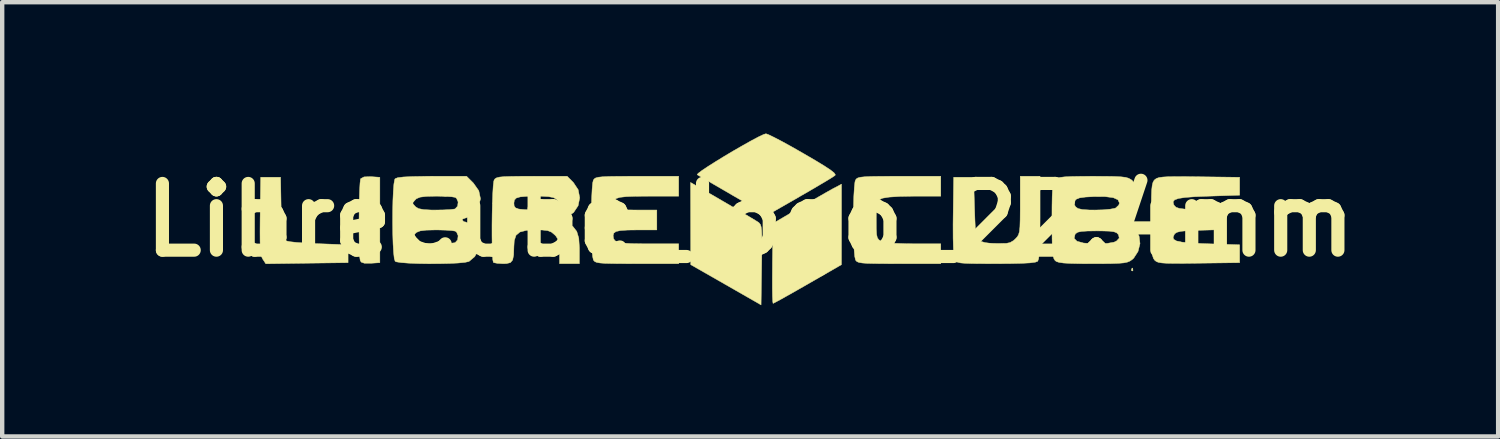
<source format=kicad_pcb>
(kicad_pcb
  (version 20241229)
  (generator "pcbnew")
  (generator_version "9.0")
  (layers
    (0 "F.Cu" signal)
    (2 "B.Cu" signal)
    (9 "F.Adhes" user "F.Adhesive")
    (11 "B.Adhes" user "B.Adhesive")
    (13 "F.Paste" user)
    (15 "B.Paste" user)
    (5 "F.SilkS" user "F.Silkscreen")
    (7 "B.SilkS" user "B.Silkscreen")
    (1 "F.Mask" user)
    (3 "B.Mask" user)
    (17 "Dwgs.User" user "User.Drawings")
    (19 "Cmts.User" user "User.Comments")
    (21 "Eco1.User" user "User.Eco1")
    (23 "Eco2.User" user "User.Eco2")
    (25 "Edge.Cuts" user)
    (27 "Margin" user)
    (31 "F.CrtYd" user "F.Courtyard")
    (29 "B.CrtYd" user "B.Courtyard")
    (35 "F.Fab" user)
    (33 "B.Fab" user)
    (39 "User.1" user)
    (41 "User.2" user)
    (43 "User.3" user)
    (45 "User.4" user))
  (footprint "LibreCube_logo_22.4mm"
    (layer "F.Cu")
    (at 14.086 1.975)
    (property "Reference" "LibreCube_logo_22.4mm" (at 0 0 0) (layer "F.SilkS") (effects (font (size 1.524 1.524) (thickness 0.3))))
    (attr through_hole)
    (fp_poly (pts (xy 8.739 1.104) (xy 8.744 1.158) (xy 8.739 1.164) (xy 8.712 1.158) (xy 8.709 1.134) (xy 8.725 1.097) (xy 8.739 1.104)) (stroke (width 0.01) (type solid)) (fill yes) (layer "F.SilkS"))
    (fp_poly (pts (xy -0.642 -0.44) (xy -0.406 -0.302) (xy -0.191 -0.175) (xy -0.012 -0.069) (xy 0.116 0.008) (xy 0.176 0.045) (xy 0.209 0.071) (xy 0.234 0.105) (xy 0.251 0.158) (xy 0.262 0.245) (xy 0.267 0.376) (xy 0.268 0.565) (xy 0.265 0.825) (xy 0.262 1.026) (xy 0.249 1.94) (xy -0.554 1.48) (xy -1.357 1.021) (xy -1.359 0.082) (xy -1.361 -0.857) (xy -0.642 -0.44)) (stroke (width 0.01) (type solid)) (fill yes) (layer "F.SilkS"))
    (fp_poly (pts (xy -8.659 -0.989) (xy -8.459 -0.975) (xy -8.459 0.975) (xy -8.669 0.989) (xy -8.809 0.989) (xy -8.883 0.963) (xy -8.907 0.928) (xy -8.918 0.855) (xy -8.926 0.71) (xy -8.931 0.512) (xy -8.934 0.277) (xy -8.934 0.023) (xy -8.932 -0.233) (xy -8.927 -0.473) (xy -8.921 -0.682) (xy -8.912 -0.84) (xy -8.901 -0.931) (xy -8.896 -0.944) (xy -8.82 -0.984) (xy -8.668 -0.99) (xy -8.659 -0.989)) (stroke (width 0.01) (type solid)) (fill yes) (layer "F.SilkS"))
    (fp_poly (pts (xy 2.086 0.101) (xy 2.085 1.021) (xy 1.317 1.463) (xy 1.079 1.599) (xy 0.869 1.718) (xy 0.698 1.814) (xy 0.579 1.878) (xy 0.525 1.905) (xy 0.523 1.905) (xy 0.516 1.862) (xy 0.51 1.742) (xy 0.507 1.558) (xy 0.507 1.324) (xy 0.509 1.053) (xy 0.509 0.991) (xy 0.522 0.078) (xy 1.134 -0.28) (xy 1.36 -0.412) (xy 1.572 -0.534) (xy 1.752 -0.637) (xy 1.88 -0.709) (xy 1.916 -0.728) (xy 2.086 -0.818) (xy 2.086 0.101)) (stroke (width 0.01) (type solid)) (fill yes) (layer "F.SilkS"))
    (fp_poly (pts (xy -10.716 -0.363) (xy -10.709 -0.075) (xy -10.701 0.135) (xy -10.687 0.282) (xy -10.667 0.378) (xy -10.639 0.437) (xy -10.599 0.472) (xy -10.58 0.482) (xy -10.508 0.497) (xy -10.363 0.513) (xy -10.165 0.527) (xy -9.932 0.54) (xy -9.842 0.543) (xy -9.185 0.567) (xy -9.185 0.975) (xy -10.124 0.987) (xy -11.064 1) (xy -11.135 0.892) (xy -11.16 0.84) (xy -11.177 0.764) (xy -11.189 0.65) (xy -11.195 0.487) (xy -11.196 0.261) (xy -11.194 -0.042) (xy -11.193 -0.096) (xy -11.181 -0.975) (xy -10.727 -0.975) (xy -10.716 -0.363)) (stroke (width 0.01) (type solid)) (fill yes) (layer "F.SilkS"))
    (fp_poly (pts (xy 0.42 -1.949) (xy 0.544 -1.889) (xy 0.721 -1.797) (xy 0.936 -1.679) (xy 1.176 -1.542) (xy 1.213 -1.521) (xy 1.491 -1.359) (xy 1.696 -1.234) (xy 1.835 -1.142) (xy 1.916 -1.078) (xy 1.945 -1.036) (xy 1.939 -1.018) (xy 1.883 -0.98) (xy 1.762 -0.905) (xy 1.588 -0.802) (xy 1.376 -0.677) (xy 1.138 -0.54) (xy 1.134 -0.537) (xy 0.386 -0.108) (xy -0.386 -0.555) (xy -0.626 -0.695) (xy -0.842 -0.82) (xy -1.019 -0.923) (xy -1.146 -0.997) (xy -1.208 -1.033) (xy -1.211 -1.034) (xy -1.189 -1.064) (xy -1.102 -1.13) (xy -0.963 -1.223) (xy -0.786 -1.335) (xy -0.584 -1.459) (xy -0.372 -1.585) (xy -0.163 -1.705) (xy 0.029 -1.813) (xy 0.19 -1.898) (xy 0.306 -1.953) (xy 0.361 -1.97) (xy 0.42 -1.949)) (stroke (width 0.01) (type solid)) (fill yes) (layer "F.SilkS"))
    (fp_poly (pts (xy 6.622 -0.054) (xy 6.62 0.3) (xy 6.614 0.571) (xy 6.604 0.763) (xy 6.589 0.885) (xy 6.569 0.942) (xy 6.568 0.943) (xy 6.513 0.964) (xy 6.393 0.98) (xy 6.201 0.99) (xy 5.93 0.996) (xy 5.617 0.998) (xy 5.31 0.997) (xy 5.081 0.995) (xy 4.918 0.99) (xy 4.808 0.981) (xy 4.74 0.966) (xy 4.7 0.945) (xy 4.677 0.917) (xy 4.672 0.908) (xy 4.655 0.826) (xy 4.643 0.661) (xy 4.636 0.418) (xy 4.635 0.104) (xy 4.637 -0.078) (xy 4.649 -0.975) (xy 5.103 -0.975) (xy 5.125 -0.273) (xy 5.134 -0.007) (xy 5.143 0.183) (xy 5.155 0.311) (xy 5.171 0.391) (xy 5.195 0.439) (xy 5.229 0.468) (xy 5.261 0.486) (xy 5.367 0.517) (xy 5.525 0.538) (xy 5.66 0.544) (xy 5.829 0.539) (xy 5.938 0.516) (xy 6.018 0.469) (xy 6.057 0.433) (xy 6.101 0.386) (xy 6.131 0.335) (xy 6.151 0.264) (xy 6.162 0.158) (xy 6.167 -0.001) (xy 6.169 -0.228) (xy 6.169 -0.338) (xy 6.169 -0.998) (xy 6.622 -0.998) (xy 6.622 -0.054)) (stroke (width 0.01) (type solid)) (fill yes) (layer "F.SilkS"))
    (fp_poly (pts (xy 4.354 -0.544) (xy 3.731 -0.544) (xy 3.411 -0.538) (xy 3.177 -0.523) (xy 3.029 -0.499) (xy 2.994 -0.486) (xy 2.941 -0.454) (xy 2.908 -0.411) (xy 2.889 -0.338) (xy 2.882 -0.215) (xy 2.88 -0.022) (xy 2.88 0) (xy 2.881 0.2) (xy 2.888 0.329) (xy 2.905 0.406) (xy 2.937 0.451) (xy 2.988 0.483) (xy 2.994 0.486) (xy 3.104 0.514) (xy 3.302 0.533) (xy 3.587 0.543) (xy 3.731 0.544) (xy 4.354 0.544) (xy 4.354 0.998) (xy 3.403 0.998) (xy 3.086 0.997) (xy 2.847 0.995) (xy 2.675 0.991) (xy 2.557 0.982) (xy 2.482 0.969) (xy 2.438 0.95) (xy 2.413 0.924) (xy 2.406 0.91) (xy 2.389 0.834) (xy 2.375 0.681) (xy 2.365 0.464) (xy 2.36 0.196) (xy 2.359 0) (xy 2.361 -0.293) (xy 2.368 -0.545) (xy 2.38 -0.741) (xy 2.394 -0.87) (xy 2.406 -0.91) (xy 2.426 -0.939) (xy 2.461 -0.961) (xy 2.521 -0.977) (xy 2.618 -0.987) (xy 2.766 -0.994) (xy 2.975 -0.997) (xy 3.258 -0.998) (xy 3.403 -0.998) (xy 4.354 -0.998) (xy 4.354 -0.544)) (stroke (width 0.01) (type solid)) (fill yes) (layer "F.SilkS"))
    (fp_poly (pts (xy -1.633 -0.544) (xy -2.327 -0.544) (xy -2.617 -0.542) (xy -2.828 -0.534) (xy -2.973 -0.518) (xy -3.063 -0.49) (xy -3.111 -0.448) (xy -3.128 -0.389) (xy -3.13 -0.359) (xy -3.117 -0.303) (xy -3.069 -0.265) (xy -2.972 -0.242) (xy -2.813 -0.23) (xy -2.578 -0.227) (xy -2.559 -0.227) (xy -2.132 -0.227) (xy -2.132 0.227) (xy -2.559 0.227) (xy -2.8 0.23) (xy -2.963 0.241) (xy -3.064 0.263) (xy -3.115 0.3) (xy -3.13 0.354) (xy -3.13 0.359) (xy -3.121 0.426) (xy -3.087 0.474) (xy -3.016 0.508) (xy -2.896 0.529) (xy -2.714 0.54) (xy -2.458 0.544) (xy -2.327 0.544) (xy -1.633 0.544) (xy -1.633 0.998) (xy -2.584 0.998) (xy -2.901 0.997) (xy -3.14 0.995) (xy -3.313 0.991) (xy -3.43 0.982) (xy -3.505 0.969) (xy -3.549 0.95) (xy -3.574 0.924) (xy -3.582 0.91) (xy -3.599 0.832) (xy -3.612 0.683) (xy -3.621 0.479) (xy -3.627 0.239) (xy -3.628 -0.017) (xy -3.626 -0.272) (xy -3.62 -0.508) (xy -3.61 -0.706) (xy -3.597 -0.847) (xy -3.582 -0.91) (xy -3.561 -0.939) (xy -3.527 -0.961) (xy -3.466 -0.977) (xy -3.369 -0.987) (xy -3.221 -0.994) (xy -3.012 -0.997) (xy -2.729 -0.998) (xy -2.584 -0.998) (xy -1.633 -0.998) (xy -1.633 -0.544)) (stroke (width 0.01) (type solid)) (fill yes) (layer "F.SilkS"))
    (fp_poly (pts (xy 10.006 -0.99) (xy 10.255 -0.987) (xy 11.181 -0.975) (xy 11.181 -0.567) (xy 10.468 -0.544) (xy 10.162 -0.532) (xy 9.936 -0.515) (xy 9.784 -0.492) (xy 9.695 -0.46) (xy 9.661 -0.416) (xy 9.673 -0.357) (xy 9.69 -0.328) (xy 9.729 -0.29) (xy 9.801 -0.265) (xy 9.924 -0.249) (xy 10.115 -0.239) (xy 10.199 -0.237) (xy 10.659 -0.224) (xy 10.659 0.224) (xy 10.199 0.237) (xy 9.981 0.245) (xy 9.836 0.259) (xy 9.749 0.281) (xy 9.7 0.313) (xy 9.69 0.328) (xy 9.661 0.393) (xy 9.675 0.442) (xy 9.739 0.48) (xy 9.863 0.506) (xy 10.056 0.525) (xy 10.326 0.539) (xy 10.468 0.544) (xy 11.181 0.567) (xy 11.181 0.975) (xy 10.247 0.987) (xy 9.931 0.991) (xy 9.694 0.992) (xy 9.522 0.989) (xy 9.404 0.981) (xy 9.326 0.968) (xy 9.277 0.948) (xy 9.243 0.921) (xy 9.238 0.916) (xy 9.211 0.875) (xy 9.191 0.811) (xy 9.177 0.713) (xy 9.168 0.567) (xy 9.164 0.359) (xy 9.162 0.077) (xy 9.162 -0.008) (xy 9.163 -0.306) (xy 9.166 -0.528) (xy 9.172 -0.684) (xy 9.184 -0.79) (xy 9.201 -0.858) (xy 9.225 -0.902) (xy 9.246 -0.924) (xy 9.284 -0.95) (xy 9.341 -0.969) (xy 9.429 -0.981) (xy 9.561 -0.989) (xy 9.749 -0.991) (xy 10.006 -0.99)) (stroke (width 0.01) (type solid)) (fill yes) (layer "F.SilkS"))
    (fp_poly (pts (xy -4.04 -0.858) (xy -3.929 -0.692) (xy -3.894 -0.507) (xy -3.93 -0.326) (xy -4.034 -0.17) (xy -4.187 -0.069) (xy -4.325 -0.011) (xy -4.184 0.062) (xy -4.047 0.152) (xy -3.961 0.262) (xy -3.915 0.416) (xy -3.901 0.634) (xy -3.901 0.668) (xy -3.901 0.998) (xy -4.354 0.998) (xy -4.354 0.724) (xy -4.361 0.557) (xy -4.385 0.449) (xy -4.438 0.367) (xy -4.466 0.338) (xy -4.539 0.277) (xy -4.624 0.243) (xy -4.749 0.229) (xy -4.886 0.227) (xy -5.111 0.237) (xy -5.26 0.275) (xy -5.349 0.35) (xy -5.389 0.474) (xy -5.397 0.611) (xy -5.403 0.799) (xy -5.426 0.914) (xy -5.477 0.974) (xy -5.569 0.996) (xy -5.644 0.998) (xy -5.77 0.991) (xy -5.854 0.975) (xy -5.866 0.968) (xy -5.879 0.911) (xy -5.888 0.78) (xy -5.894 0.593) (xy -5.897 0.366) (xy -5.897 0.116) (xy -5.894 -0.14) (xy -5.888 -0.384) (xy -5.888 -0.384) (xy -5.397 -0.384) (xy -5.391 -0.319) (xy -5.359 -0.276) (xy -5.288 -0.25) (xy -5.162 -0.237) (xy -4.966 -0.231) (xy -4.89 -0.23) (xy -4.68 -0.233) (xy -4.541 -0.247) (xy -4.456 -0.275) (xy -4.426 -0.298) (xy -4.366 -0.365) (xy -4.37 -0.413) (xy -4.426 -0.473) (xy -4.492 -0.512) (xy -4.607 -0.534) (xy -4.788 -0.544) (xy -4.875 -0.544) (xy -5.102 -0.541) (xy -5.253 -0.528) (xy -5.343 -0.501) (xy -5.386 -0.455) (xy -5.397 -0.386) (xy -5.397 -0.384) (xy -5.888 -0.384) (xy -5.88 -0.601) (xy -5.87 -0.773) (xy -5.857 -0.882) (xy -5.849 -0.91) (xy -5.827 -0.942) (xy -5.789 -0.964) (xy -5.724 -0.98) (xy -5.617 -0.99) (xy -5.456 -0.995) (xy -5.228 -0.998) (xy -4.991 -0.998) (xy -4.18 -0.998) (xy -4.04 -0.858)) (stroke (width 0.01) (type solid)) (fill yes) (layer "F.SilkS"))
    (fp_poly (pts (xy -6.323 -0.844) (xy -6.199 -0.668) (xy -6.16 -0.484) (xy -6.207 -0.305) (xy -6.301 -0.178) (xy -6.401 -0.094) (xy -6.488 -0.048) (xy -6.505 -0.045) (xy -6.568 -0.022) (xy -6.577 0) (xy -6.54 0.04) (xy -6.505 0.045) (xy -6.43 0.076) (xy -6.33 0.151) (xy -6.301 0.178) (xy -6.201 0.31) (xy -6.169 0.457) (xy -6.169 0.477) (xy -6.202 0.67) (xy -6.291 0.836) (xy -6.42 0.945) (xy -6.428 0.949) (xy -6.516 0.968) (xy -6.67 0.983) (xy -6.874 0.993) (xy -7.107 0.998) (xy -7.352 0.999) (xy -7.591 0.995) (xy -7.804 0.986) (xy -7.974 0.973) (xy -8.083 0.956) (xy -8.11 0.943) (xy -8.13 0.879) (xy -8.145 0.741) (xy -8.157 0.547) (xy -8.162 0.386) (xy -7.711 0.386) (xy -7.683 0.426) (xy -7.639 0.473) (xy -7.573 0.512) (xy -7.458 0.534) (xy -7.277 0.544) (xy -7.19 0.544) (xy -7.005 0.541) (xy -6.851 0.533) (xy -6.753 0.521) (xy -6.739 0.517) (xy -6.682 0.454) (xy -6.671 0.359) (xy -6.707 0.276) (xy -6.739 0.254) (xy -6.816 0.242) (xy -6.957 0.232) (xy -7.136 0.227) (xy -7.19 0.227) (xy -7.4 0.232) (xy -7.537 0.249) (xy -7.619 0.282) (xy -7.639 0.298) (xy -7.696 0.361) (xy -7.711 0.386) (xy -8.162 0.386) (xy -8.164 0.315) (xy -8.167 0.061) (xy -8.166 -0.197) (xy -8.162 -0.386) (xy -7.711 -0.386) (xy -7.683 -0.345) (xy -7.639 -0.298) (xy -7.573 -0.259) (xy -7.458 -0.237) (xy -7.277 -0.227) (xy -7.19 -0.227) (xy -7.005 -0.23) (xy -6.851 -0.238) (xy -6.753 -0.25) (xy -6.739 -0.254) (xy -6.682 -0.317) (xy -6.671 -0.412) (xy -6.707 -0.495) (xy -6.739 -0.517) (xy -6.816 -0.53) (xy -6.957 -0.539) (xy -7.136 -0.544) (xy -7.19 -0.544) (xy -7.4 -0.539) (xy -7.537 -0.522) (xy -7.619 -0.489) (xy -7.639 -0.473) (xy -7.696 -0.41) (xy -7.711 -0.386) (xy -8.162 -0.386) (xy -8.161 -0.441) (xy -8.151 -0.656) (xy -8.138 -0.822) (xy -8.12 -0.923) (xy -8.11 -0.943) (xy -8.051 -0.966) (xy -7.922 -0.982) (xy -7.717 -0.992) (xy -7.43 -0.997) (xy -7.266 -0.998) (xy -6.477 -0.998) (xy -6.323 -0.844)) (stroke (width 0.01) (type solid)) (fill yes) (layer "F.SilkS"))
    (fp_poly (pts (xy 8.109 -0.997) (xy 8.32 -0.994) (xy 8.47 -0.986) (xy 8.573 -0.974) (xy 8.643 -0.954) (xy 8.696 -0.925) (xy 8.724 -0.905) (xy 8.837 -0.767) (xy 8.898 -0.592) (xy 8.898 -0.416) (xy 8.884 -0.37) (xy 8.816 -0.243) (xy 8.724 -0.13) (xy 8.631 -0.058) (xy 8.587 -0.045) (xy 8.532 -0.018) (xy 8.527 0) (xy 8.563 0.042) (xy 8.587 0.045) (xy 8.67 0.082) (xy 8.765 0.175) (xy 8.85 0.298) (xy 8.884 0.37) (xy 8.905 0.54) (xy 8.86 0.719) (xy 8.761 0.872) (xy 8.724 0.905) (xy 8.674 0.939) (xy 8.615 0.963) (xy 8.532 0.98) (xy 8.409 0.99) (xy 8.234 0.996) (xy 7.99 0.998) (xy 7.821 0.998) (xy 7.527 0.997) (xy 7.31 0.992) (xy 7.158 0.983) (xy 7.058 0.969) (xy 6.996 0.949) (xy 6.966 0.927) (xy 6.94 0.888) (xy 6.921 0.823) (xy 6.908 0.718) (xy 6.9 0.562) (xy 6.897 0.421) (xy 7.401 0.421) (xy 7.466 0.486) (xy 7.618 0.527) (xy 7.857 0.544) (xy 7.915 0.544) (xy 8.156 0.535) (xy 8.313 0.507) (xy 8.371 0.479) (xy 8.431 0.414) (xy 8.415 0.341) (xy 8.409 0.331) (xy 8.373 0.293) (xy 8.31 0.269) (xy 8.203 0.255) (xy 8.032 0.25) (xy 7.915 0.249) (xy 7.705 0.252) (xy 7.567 0.261) (xy 7.484 0.279) (xy 7.437 0.31) (xy 7.421 0.331) (xy 7.401 0.421) (xy 6.897 0.421) (xy 6.896 0.341) (xy 6.894 0.044) (xy 6.894 0) (xy 6.895 -0.308) (xy 6.896 -0.357) (xy 7.403 -0.357) (xy 7.435 -0.299) (xy 7.49 -0.261) (xy 7.59 -0.238) (xy 7.752 -0.228) (xy 7.878 -0.227) (xy 8.066 -0.232) (xy 8.226 -0.247) (xy 8.332 -0.267) (xy 8.349 -0.274) (xy 8.419 -0.338) (xy 8.436 -0.386) (xy 8.402 -0.461) (xy 8.294 -0.51) (xy 8.108 -0.534) (xy 7.863 -0.535) (xy 7.659 -0.524) (xy 7.528 -0.506) (xy 7.453 -0.477) (xy 7.423 -0.446) (xy 7.403 -0.357) (xy 6.896 -0.357) (xy 6.899 -0.538) (xy 6.907 -0.701) (xy 6.919 -0.812) (xy 6.937 -0.882) (xy 6.962 -0.923) (xy 6.966 -0.927) (xy 7.006 -0.953) (xy 7.074 -0.972) (xy 7.184 -0.985) (xy 7.348 -0.993) (xy 7.579 -0.997) (xy 7.821 -0.998) (xy 8.109 -0.997)) (stroke (width 0.01) (type solid)) (fill yes) (layer "F.SilkS")))
  (gr_rect
    (start -3 -3)
    (end 31.172 6.92)
    (stroke (width 0.1) (type default))
    (fill no)
    (layer "Edge.Cuts")))
</source>
